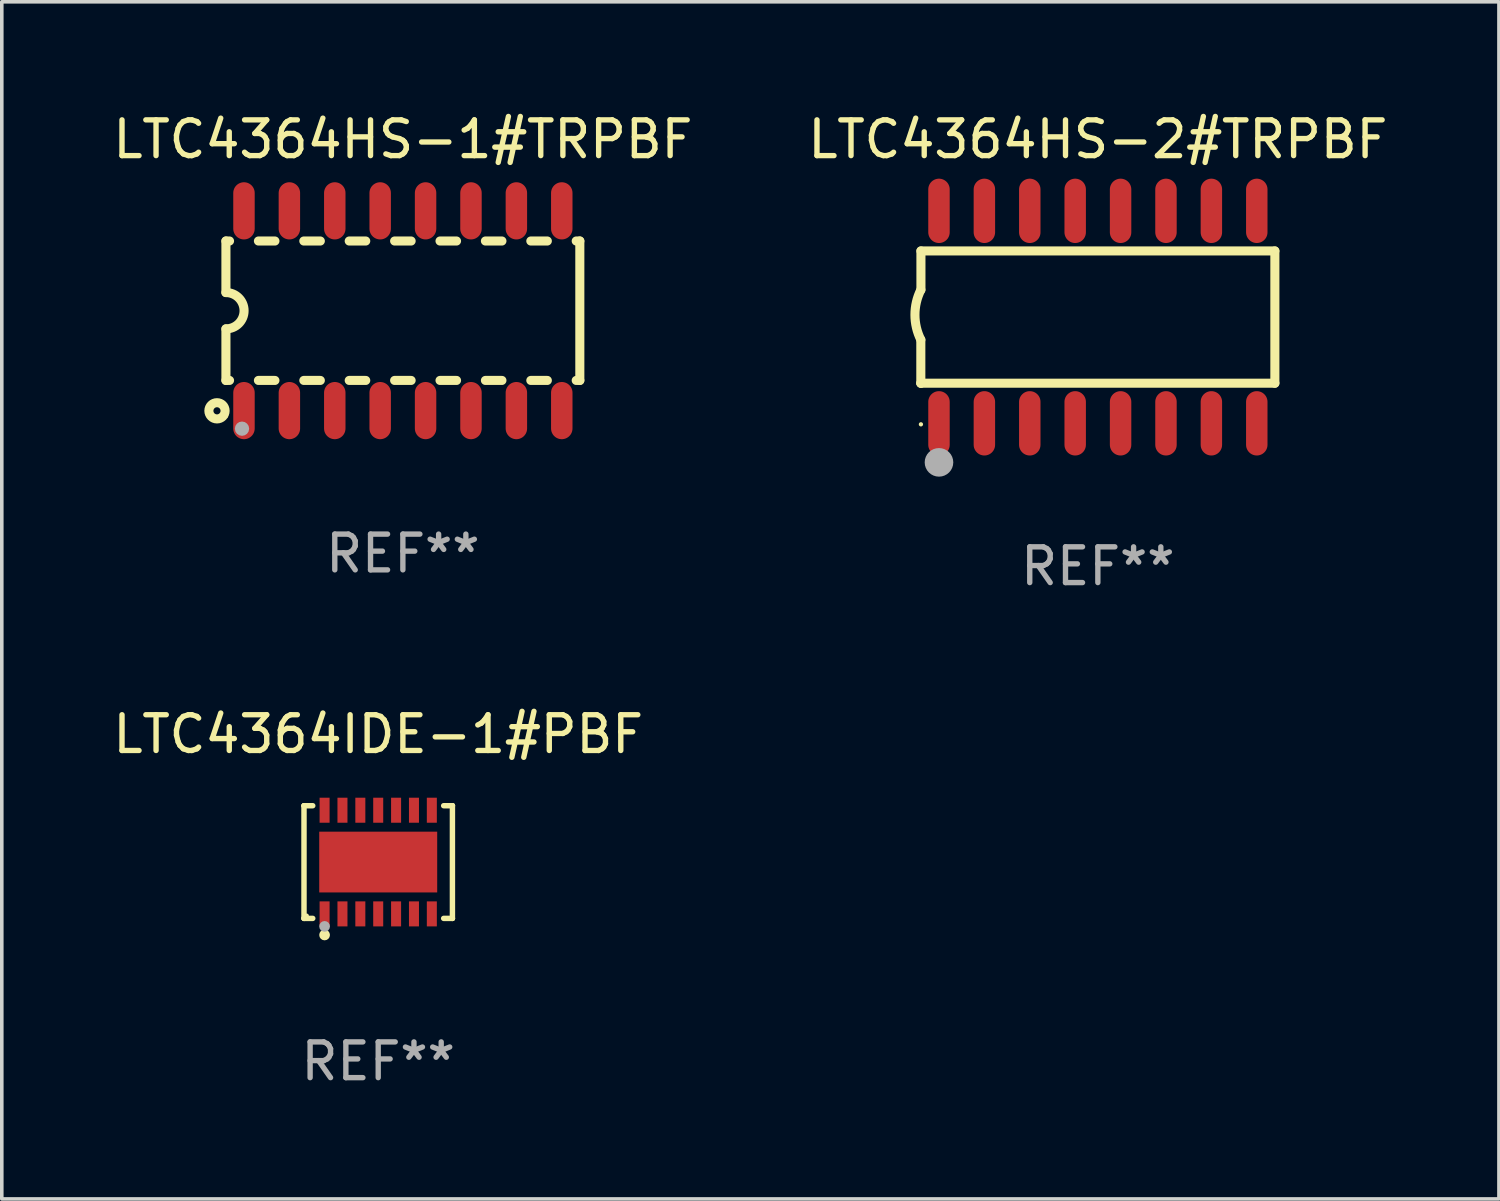
<source format=kicad_pcb>
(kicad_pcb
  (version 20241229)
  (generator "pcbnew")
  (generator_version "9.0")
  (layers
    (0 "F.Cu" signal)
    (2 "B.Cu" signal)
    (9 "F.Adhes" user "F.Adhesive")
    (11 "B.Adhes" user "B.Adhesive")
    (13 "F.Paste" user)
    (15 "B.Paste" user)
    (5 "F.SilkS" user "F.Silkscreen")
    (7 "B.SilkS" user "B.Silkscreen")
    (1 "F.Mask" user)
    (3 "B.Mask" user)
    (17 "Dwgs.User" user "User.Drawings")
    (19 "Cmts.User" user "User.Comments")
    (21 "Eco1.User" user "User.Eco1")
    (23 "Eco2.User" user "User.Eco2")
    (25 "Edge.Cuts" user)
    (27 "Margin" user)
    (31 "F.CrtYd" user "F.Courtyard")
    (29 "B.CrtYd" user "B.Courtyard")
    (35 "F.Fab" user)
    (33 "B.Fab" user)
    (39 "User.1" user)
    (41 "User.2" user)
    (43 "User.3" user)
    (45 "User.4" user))
  (footprint "LTC4364HS-1#TRPBF"
    (layer "F.Cu")
    (at 8.22 5.642)
    (property "Reference" "LTC4364HS-1#TRPBF" (at 0 -4.794 0) (layer "F.SilkS") (effects (font (size 1 1) (thickness 0.15))))
    (attr through_hole)
    (fp_line (start -4.95 -1.95) (end -4.95 -0.508) (stroke (width 0.254) (type solid)) (layer "F.SilkS"))
    (fp_line (start -4.95 -1.95) (end -4.849 -1.95) (stroke (width 0.254) (type solid)) (layer "F.SilkS"))
    (fp_line (start -4.95 1.95) (end -4.95 0.508) (stroke (width 0.254) (type solid)) (layer "F.SilkS"))
    (fp_line (start -4.95 1.95) (end -4.849 1.95) (stroke (width 0.254) (type solid)) (layer "F.SilkS"))
    (fp_line (start -4.041 -1.95) (end -3.579 -1.95) (stroke (width 0.254) (type solid)) (layer "F.SilkS"))
    (fp_line (start -4.041 1.95) (end -3.579 1.95) (stroke (width 0.254) (type solid)) (layer "F.SilkS"))
    (fp_line (start -2.771 -1.95) (end -2.309 -1.95) (stroke (width 0.254) (type solid)) (layer "F.SilkS"))
    (fp_line (start -2.771 1.95) (end -2.309 1.95) (stroke (width 0.254) (type solid)) (layer "F.SilkS"))
    (fp_line (start -1.501 -1.95) (end -1.039 -1.95) (stroke (width 0.254) (type solid)) (layer "F.SilkS"))
    (fp_line (start -1.501 1.95) (end -1.039 1.95) (stroke (width 0.254) (type solid)) (layer "F.SilkS"))
    (fp_line (start -0.231 -1.95) (end 0.231 -1.95) (stroke (width 0.254) (type solid)) (layer "F.SilkS"))
    (fp_line (start -0.231 1.95) (end 0.231 1.95) (stroke (width 0.254) (type solid)) (layer "F.SilkS"))
    (fp_line (start 1.039 -1.95) (end 1.501 -1.95) (stroke (width 0.254) (type solid)) (layer "F.SilkS"))
    (fp_line (start 1.039 1.95) (end 1.501 1.95) (stroke (width 0.254) (type solid)) (layer "F.SilkS"))
    (fp_line (start 2.309 -1.95) (end 2.771 -1.95) (stroke (width 0.254) (type solid)) (layer "F.SilkS"))
    (fp_line (start 2.309 1.95) (end 2.771 1.95) (stroke (width 0.254) (type solid)) (layer "F.SilkS"))
    (fp_line (start 3.579 -1.95) (end 4.041 -1.95) (stroke (width 0.254) (type solid)) (layer "F.SilkS"))
    (fp_line (start 3.579 1.95) (end 4.041 1.95) (stroke (width 0.254) (type solid)) (layer "F.SilkS"))
    (fp_line (start 4.849 -1.95) (end 4.95 -1.95) (stroke (width 0.254) (type solid)) (layer "F.SilkS"))
    (fp_line (start 4.849 1.95) (end 4.95 1.95) (stroke (width 0.254) (type solid)) (layer "F.SilkS"))
    (fp_line (start 4.95 -1.95) (end 4.95 1.95) (stroke (width 0.254) (type solid)) (layer "F.SilkS"))
    (fp_arc (start -4.95047 -0.508001) (mid -4.442469 -0.000228) (end -4.950013 0.508001) (stroke (width 0.254001) (type solid)) (layer "F.SilkS"))
    (fp_circle (center -5.2 2.8) (end -5.1 2.8) (stroke (width 0.254) (type solid)) (fill no) (layer "F.SilkS"))
    (fp_circle (center -4.95 2.947) (end -4.92 2.947) (stroke (width 0.06) (type solid)) (fill no) (layer "F.SilkS"))
    (fp_circle (center -4.5 3.3) (end -4.4 3.3) (stroke (width 0.2) (type solid)) (fill no) (layer "F.Fab"))
    (fp_text user "REF**" (at 0 6.794 0) (layer "F.Fab") (effects (font (size 1 1) (thickness 0.15))))
    (pad "1" smd oval (at -4.445 2.794) (size 0.6 1.6) (layers "F.Cu" "F.Mask" "F.Paste"))
    (pad "2" smd oval (at -3.175 2.794) (size 0.6 1.6) (layers "F.Cu" "F.Mask" "F.Paste"))
    (pad "3" smd oval (at -1.905 2.794) (size 0.6 1.6) (layers "F.Cu" "F.Mask" "F.Paste"))
    (pad "4" smd oval (at -0.635 2.794) (size 0.6 1.6) (layers "F.Cu" "F.Mask" "F.Paste"))
    (pad "5" smd oval (at 0.635 2.794) (size 0.6 1.6) (layers "F.Cu" "F.Mask" "F.Paste"))
    (pad "6" smd oval (at 1.905 2.794) (size 0.6 1.6) (layers "F.Cu" "F.Mask" "F.Paste"))
    (pad "7" smd oval (at 3.175 2.794) (size 0.6 1.6) (layers "F.Cu" "F.Mask" "F.Paste"))
    (pad "8" smd oval (at 4.445 2.794) (size 0.6 1.6) (layers "F.Cu" "F.Mask" "F.Paste"))
    (pad "9" smd oval (at 4.445 -2.794) (size 0.6 1.6) (layers "F.Cu" "F.Mask" "F.Paste"))
    (pad "10" smd oval (at 3.175 -2.794) (size 0.6 1.6) (layers "F.Cu" "F.Mask" "F.Paste"))
    (pad "11" smd oval (at 1.905 -2.794) (size 0.6 1.6) (layers "F.Cu" "F.Mask" "F.Paste"))
    (pad "12" smd oval (at 0.635 -2.794) (size 0.6 1.6) (layers "F.Cu" "F.Mask" "F.Paste"))
    (pad "13" smd oval (at -0.635 -2.794) (size 0.6 1.6) (layers "F.Cu" "F.Mask" "F.Paste"))
    (pad "14" smd oval (at -1.905 -2.794) (size 0.6 1.6) (layers "F.Cu" "F.Mask" "F.Paste"))
    (pad "15" smd oval (at -3.175 -2.794) (size 0.6 1.6) (layers "F.Cu" "F.Mask" "F.Paste"))
    (pad "16" smd oval (at -4.445 -2.794) (size 0.6 1.6) (layers "F.Cu" "F.Mask" "F.Paste")))
  (footprint "LTC4364IDE-1#PBF"
    (layer "F.Cu")
    (at 7.53 21.065)
    (property "Reference" "LTC4364IDE-1#PBF" (at 0 -3.576 0) (layer "F.SilkS") (effects (font (size 1 1) (thickness 0.15))))
    (attr through_hole)
    (fp_line (start -2.076 -1.576) (end -2.076 -1.576) (stroke (width 0.152) (type solid)) (layer "F.SilkS"))
    (fp_line (start -2.076 -1.576) (end -1.831 -1.576) (stroke (width 0.152) (type solid)) (layer "F.SilkS"))
    (fp_line (start -2.076 1.576) (end -2.076 -1.576) (stroke (width 0.152) (type solid)) (layer "F.SilkS"))
    (fp_line (start -2.076 1.576) (end -2.076 1.576) (stroke (width 0.152) (type solid)) (layer "F.SilkS"))
    (fp_line (start -1.831 1.576) (end -2.076 1.576) (stroke (width 0.152) (type solid)) (layer "F.SilkS"))
    (fp_line (start 1.831 1.576) (end 2.076 1.576) (stroke (width 0.152) (type solid)) (layer "F.SilkS"))
    (fp_line (start 2.076 -1.576) (end 1.831 -1.576) (stroke (width 0.152) (type solid)) (layer "F.SilkS"))
    (fp_line (start 2.076 -1.576) (end 2.076 -1.576) (stroke (width 0.152) (type solid)) (layer "F.SilkS"))
    (fp_line (start 2.076 1.576) (end 2.076 -1.576) (stroke (width 0.152) (type solid)) (layer "F.SilkS"))
    (fp_line (start 2.076 1.576) (end 2.076 1.576) (stroke (width 0.152) (type solid)) (layer "F.SilkS"))
    (fp_circle (center -2 1.5) (end -1.97 1.5) (stroke (width 0.06) (type solid)) (fill no) (layer "F.SilkS"))
    (fp_circle (center -1.5 2.04) (end -1.425 2.04) (stroke (width 0.15) (type solid)) (fill no) (layer "F.SilkS"))
    (fp_circle (center -1.5 1.8) (end -1.425 1.8) (stroke (width 0.15) (type solid)) (fill no) (layer "F.Fab"))
    (fp_text user "REF**" (at 0 5.576 0) (layer "F.Fab") (effects (font (size 1 1) (thickness 0.15))))
    (pad "1" smd rect (at -1.5 1.45) (size 0.28 0.7) (layers "F.Cu" "F.Mask" "F.Paste"))
    (pad "2" smd rect (at -1 1.45) (size 0.28 0.7) (layers "F.Cu" "F.Mask" "F.Paste"))
    (pad "3" smd rect (at -0.5 1.45) (size 0.28 0.7) (layers "F.Cu" "F.Mask" "F.Paste"))
    (pad "4" smd rect (at 0 1.45) (size 0.28 0.7) (layers "F.Cu" "F.Mask" "F.Paste"))
    (pad "5" smd rect (at 0.5 1.45) (size 0.28 0.7) (layers "F.Cu" "F.Mask" "F.Paste"))
    (pad "6" smd rect (at 1 1.45) (size 0.28 0.7) (layers "F.Cu" "F.Mask" "F.Paste"))
    (pad "7" smd rect (at 1.5 1.45) (size 0.28 0.7) (layers "F.Cu" "F.Mask" "F.Paste"))
    (pad "8" smd rect (at 1.5 -1.45) (size 0.28 0.7) (layers "F.Cu" "F.Mask" "F.Paste"))
    (pad "9" smd rect (at 1 -1.45) (size 0.28 0.7) (layers "F.Cu" "F.Mask" "F.Paste"))
    (pad "10" smd rect (at 0.5 -1.45) (size 0.28 0.7) (layers "F.Cu" "F.Mask" "F.Paste"))
    (pad "11" smd rect (at 0 -1.45) (size 0.28 0.7) (layers "F.Cu" "F.Mask" "F.Paste"))
    (pad "12" smd rect (at -0.5 -1.45) (size 0.28 0.7) (layers "F.Cu" "F.Mask" "F.Paste"))
    (pad "13" smd rect (at -1 -1.45) (size 0.28 0.7) (layers "F.Cu" "F.Mask" "F.Paste"))
    (pad "14" smd rect (at -1.5 -1.45) (size 0.28 0.7) (layers "F.Cu" "F.Mask" "F.Paste"))
    (pad "15" smd rect (at 0 0) (size 3.3 1.7) (layers "F.Cu" "F.Mask" "F.Paste")))
  (footprint "LTC4364HS-2#TRPBF"
    (layer "F.Cu")
    (at 27.661 5.82)
    (property "Reference" "LTC4364HS-2#TRPBF" (at 0 -4.972 0) (layer "F.SilkS") (effects (font (size 1 1) (thickness 0.15))))
    (attr through_hole)
    (fp_line (start -4.952 0.635) (end -4.952 1.85) (stroke (width 0.254) (type solid)) (layer "F.SilkS"))
    (fp_line (start -4.952 1.85) (end -4.949 1.85) (stroke (width 0.254) (type solid)) (layer "F.SilkS"))
    (fp_line (start -4.949 -1.85) (end -4.949 -0.762) (stroke (width 0.254) (type solid)) (layer "F.SilkS"))
    (fp_line (start -4.949 1.85) (end 4.952 1.85) (stroke (width 0.254) (type solid)) (layer "F.SilkS"))
    (fp_line (start 4.952 -1.85) (end -4.949 -1.85) (stroke (width 0.254) (type solid)) (layer "F.SilkS"))
    (fp_line (start 4.952 1.85) (end 4.952 -1.85) (stroke (width 0.254) (type solid)) (layer "F.SilkS"))
    (fp_arc (start -4.951524 0.635001) (mid -5.116418 -0.0635) (end -4.951524 -0.762002) (stroke (width 0.254001) (type solid)) (layer "F.SilkS"))
    (fp_circle (center -4.949 3) (end -4.919 3) (stroke (width 0.06) (type solid)) (fill no) (layer "F.SilkS"))
    (fp_circle (center -4.444 4.064) (end -4.244 4.064) (stroke (width 0.4) (type solid)) (fill no) (layer "F.Fab"))
    (fp_text user "REF**" (at 0 6.972 0) (layer "F.Fab") (effects (font (size 1 1) (thickness 0.15))))
    (pad "1" smd oval (at -4.444 2.972 180) (size 0.6 1.8) (layers "F.Cu" "F.Mask" "F.Paste"))
    (pad "2" smd oval (at -3.174 2.972 180) (size 0.6 1.8) (layers "F.Cu" "F.Mask" "F.Paste"))
    (pad "3" smd oval (at -1.904 2.972 180) (size 0.6 1.8) (layers "F.Cu" "F.Mask" "F.Paste"))
    (pad "4" smd oval (at -0.634 2.972 180) (size 0.6 1.8) (layers "F.Cu" "F.Mask" "F.Paste"))
    (pad "5" smd oval (at 0.636 2.972 180) (size 0.6 1.8) (layers "F.Cu" "F.Mask" "F.Paste"))
    (pad "6" smd oval (at 1.906 2.972 180) (size 0.6 1.8) (layers "F.Cu" "F.Mask" "F.Paste"))
    (pad "7" smd oval (at 3.176 2.972 180) (size 0.6 1.8) (layers "F.Cu" "F.Mask" "F.Paste"))
    (pad "8" smd oval (at 4.446 2.972 180) (size 0.6 1.8) (layers "F.Cu" "F.Mask" "F.Paste"))
    (pad "9" smd oval (at 4.446 -2.972 180) (size 0.6 1.8) (layers "F.Cu" "F.Mask" "F.Paste"))
    (pad "10" smd oval (at 3.176 -2.972 180) (size 0.6 1.8) (layers "F.Cu" "F.Mask" "F.Paste"))
    (pad "11" smd oval (at 1.906 -2.972 180) (size 0.6 1.8) (layers "F.Cu" "F.Mask" "F.Paste"))
    (pad "12" smd oval (at 0.636 -2.972 180) (size 0.6 1.8) (layers "F.Cu" "F.Mask" "F.Paste"))
    (pad "13" smd oval (at -0.634 -2.972 180) (size 0.6 1.8) (layers "F.Cu" "F.Mask" "F.Paste"))
    (pad "14" smd oval (at -1.904 -2.972 180) (size 0.6 1.8) (layers "F.Cu" "F.Mask" "F.Paste"))
    (pad "15" smd oval (at -3.174 -2.972 180) (size 0.6 1.8) (layers "F.Cu" "F.Mask" "F.Paste"))
    (pad "16" smd oval (at -4.444 -2.972 180) (size 0.6 1.8) (layers "F.Cu" "F.Mask" "F.Paste")))
  (gr_rect
    (start -3 -3)
    (end 38.881 30.489)
    (stroke (width 0.1) (type default))
    (fill no)
    (layer "Edge.Cuts")))
</source>
